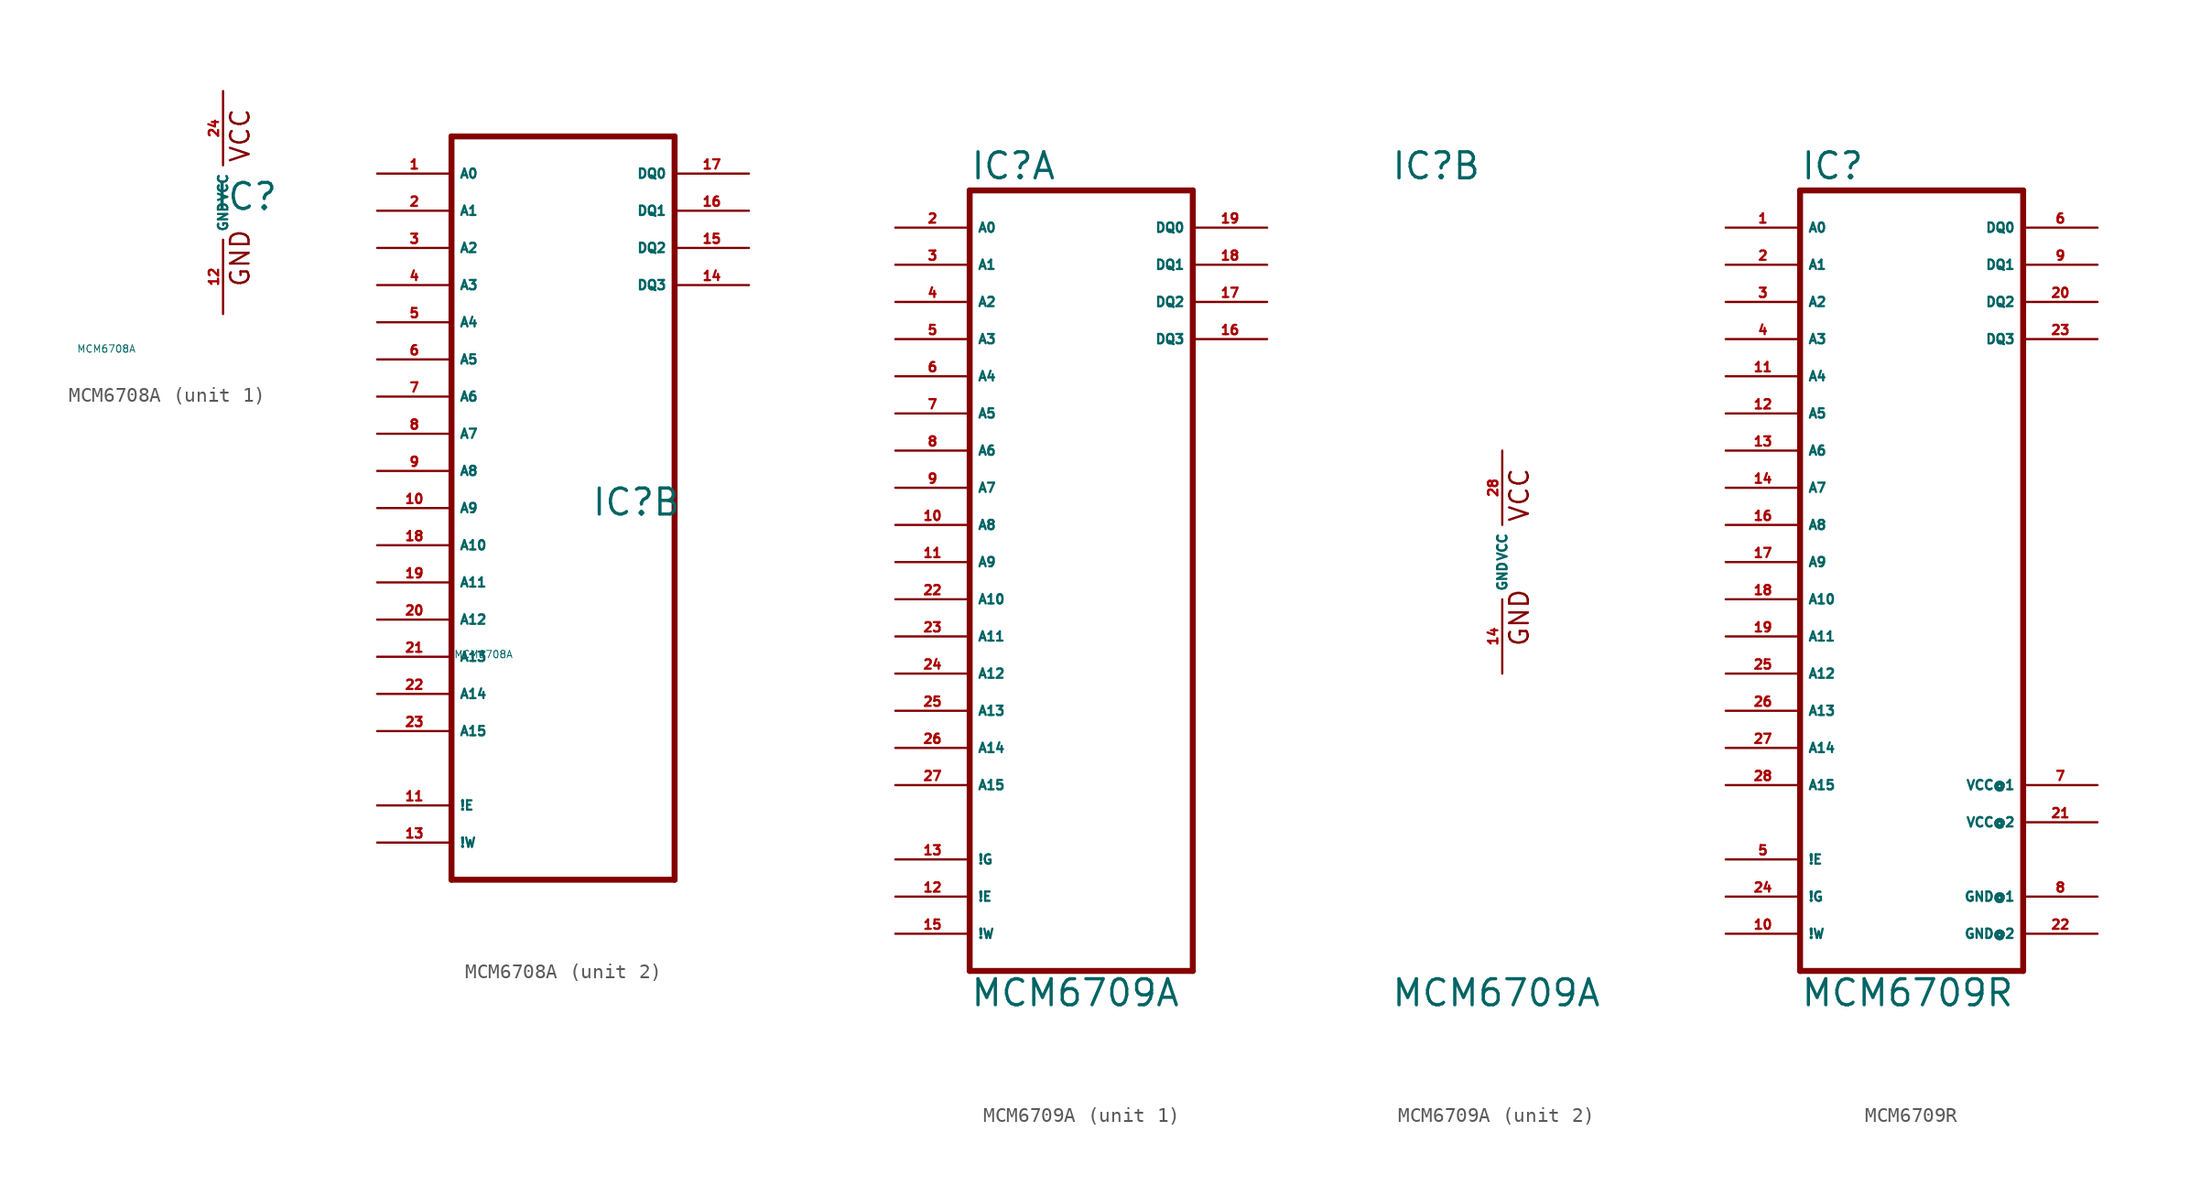
<source format=kicad_sym>
(kicad_symbol_lib
  (version 20220914)
  (generator Eagle2Kicad)
  (symbol "MCM6708A"
    (property "Reference" "IC"
      (at -0.635 -0.635 0)
      (effects (font (size 1.778 1.778) (thickness 0.22)) (justify left bottom)))
    (property "Value" "MCM6708A"
      (at -10 -10 0)
      (effects (font (size 0.5 0.5) (thickness 0.06)) (justify left)))
    (symbol "MCM6708A_1_0"
      (text "GND" (at 1.905 -5.842 900) (effects (font (size 1.27 1.27) (thickness 0.16)) (justify left bottom)))
      (text "VCC" (at 1.905 2.667 900) (effects (font (size 1.27 1.27) (thickness 0.16)) (justify left bottom)))
      (pin unspecified line (at 0 -7.62 90) (length 5.08) (name "GND" (effects (font (size 0.635 0.635) (thickness 0.08)) (justify left bottom))) (number "12" (effects (font (size 0.635 0.635) (thickness 0.08)) (justify left bottom))))
      (pin unspecified line (at 0 7.62 270) (length 5.08) (name "VCC" (effects (font (size 0.635 0.635) (thickness 0.08)) (justify left bottom))) (number "24" (effects (font (size 0.635 0.635) (thickness 0.08)) (justify left bottom)))))
    (symbol "MCM6708A_2_0"
      (polyline (pts (xy -10.16 25.4) (xy -10.16 -25.4)) (stroke (width 0.406) (type default)) (fill (type none)))
      (polyline (pts (xy 5.08 -25.4) (xy -10.16 -25.4)) (stroke (width 0.406) (type default)) (fill (type none)))
      (polyline (pts (xy 5.08 -25.4) (xy 5.08 25.4)) (stroke (width 0.406) (type default)) (fill (type none)))
      (polyline (pts (xy -10.16 25.4) (xy 5.08 25.4)) (stroke (width 0.406) (type default)) (fill (type none)))
      (pin input line (at -15.24 22.86 0) (length 5.08) (name "A0" (effects (font (size 0.635 0.635) (thickness 0.08)) (justify left bottom))) (number "1" (effects (font (size 0.635 0.635) (thickness 0.08)) (justify left bottom))))
      (pin input line (at -15.24 20.32 0) (length 5.08) (name "A1" (effects (font (size 0.635 0.635) (thickness 0.08)) (justify left bottom))) (number "2" (effects (font (size 0.635 0.635) (thickness 0.08)) (justify left bottom))))
      (pin input line (at -15.24 17.78 0) (length 5.08) (name "A2" (effects (font (size 0.635 0.635) (thickness 0.08)) (justify left bottom))) (number "3" (effects (font (size 0.635 0.635) (thickness 0.08)) (justify left bottom))))
      (pin input line (at -15.24 15.24 0) (length 5.08) (name "A3" (effects (font (size 0.635 0.635) (thickness 0.08)) (justify left bottom))) (number "4" (effects (font (size 0.635 0.635) (thickness 0.08)) (justify left bottom))))
      (pin input line (at -15.24 12.7 0) (length 5.08) (name "A4" (effects (font (size 0.635 0.635) (thickness 0.08)) (justify left bottom))) (number "5" (effects (font (size 0.635 0.635) (thickness 0.08)) (justify left bottom))))
      (pin input line (at -15.24 10.16 0) (length 5.08) (name "A5" (effects (font (size 0.635 0.635) (thickness 0.08)) (justify left bottom))) (number "6" (effects (font (size 0.635 0.635) (thickness 0.08)) (justify left bottom))))
      (pin input line (at -15.24 7.62 0) (length 5.08) (name "A6" (effects (font (size 0.635 0.635) (thickness 0.08)) (justify left bottom))) (number "7" (effects (font (size 0.635 0.635) (thickness 0.08)) (justify left bottom))))
      (pin input line (at -15.24 5.08 0) (length 5.08) (name "A7" (effects (font (size 0.635 0.635) (thickness 0.08)) (justify left bottom))) (number "8" (effects (font (size 0.635 0.635) (thickness 0.08)) (justify left bottom))))
      (pin input line (at -15.24 2.54 0) (length 5.08) (name "A8" (effects (font (size 0.635 0.635) (thickness 0.08)) (justify left bottom))) (number "9" (effects (font (size 0.635 0.635) (thickness 0.08)) (justify left bottom))))
      (pin bidirectional line (at 10.16 22.86 180) (length 5.08) (name "DQ0" (effects (font (size 0.635 0.635) (thickness 0.08)) (justify left bottom))) (number "17" (effects (font (size 0.635 0.635) (thickness 0.08)) (justify left bottom))))
      (pin bidirectional line (at 10.16 20.32 180) (length 5.08) (name "DQ1" (effects (font (size 0.635 0.635) (thickness 0.08)) (justify left bottom))) (number "16" (effects (font (size 0.635 0.635) (thickness 0.08)) (justify left bottom))))
      (pin bidirectional line (at 10.16 17.78 180) (length 5.08) (name "DQ2" (effects (font (size 0.635 0.635) (thickness 0.08)) (justify left bottom))) (number "15" (effects (font (size 0.635 0.635) (thickness 0.08)) (justify left bottom))))
      (pin bidirectional line (at 10.16 15.24 180) (length 5.08) (name "DQ3" (effects (font (size 0.635 0.635) (thickness 0.08)) (justify left bottom))) (number "14" (effects (font (size 0.635 0.635) (thickness 0.08)) (justify left bottom))))
      (pin input line (at -15.24 0 0) (length 5.08) (name "A9" (effects (font (size 0.635 0.635) (thickness 0.08)) (justify left bottom))) (number "10" (effects (font (size 0.635 0.635) (thickness 0.08)) (justify left bottom))))
      (pin input line (at -15.24 -2.54 0) (length 5.08) (name "A10" (effects (font (size 0.635 0.635) (thickness 0.08)) (justify left bottom))) (number "18" (effects (font (size 0.635 0.635) (thickness 0.08)) (justify left bottom))))
      (pin input line (at -15.24 -5.08 0) (length 5.08) (name "A11" (effects (font (size 0.635 0.635) (thickness 0.08)) (justify left bottom))) (number "19" (effects (font (size 0.635 0.635) (thickness 0.08)) (justify left bottom))))
      (pin input line (at -15.24 -7.62 0) (length 5.08) (name "A12" (effects (font (size 0.635 0.635) (thickness 0.08)) (justify left bottom))) (number "20" (effects (font (size 0.635 0.635) (thickness 0.08)) (justify left bottom))))
      (pin input line (at -15.24 -10.16 0) (length 5.08) (name "A13" (effects (font (size 0.635 0.635) (thickness 0.08)) (justify left bottom))) (number "21" (effects (font (size 0.635 0.635) (thickness 0.08)) (justify left bottom))))
      (pin input line (at -15.24 -12.7 0) (length 5.08) (name "A14" (effects (font (size 0.635 0.635) (thickness 0.08)) (justify left bottom))) (number "22" (effects (font (size 0.635 0.635) (thickness 0.08)) (justify left bottom))))
      (pin input line (at -15.24 -20.32 0) (length 5.08) (name "!E" (effects (font (size 0.635 0.635) (thickness 0.08)) (justify left bottom))) (number "11" (effects (font (size 0.635 0.635) (thickness 0.08)) (justify left bottom))))
      (pin input line (at -15.24 -22.86 0) (length 5.08) (name "!W" (effects (font (size 0.635 0.635) (thickness 0.08)) (justify left bottom))) (number "13" (effects (font (size 0.635 0.635) (thickness 0.08)) (justify left bottom))))
      (pin input line (at -15.24 -15.24 0) (length 5.08) (name "A15" (effects (font (size 0.635 0.635) (thickness 0.08)) (justify left bottom))) (number "23" (effects (font (size 0.635 0.635) (thickness 0.08)) (justify left bottom))))))
  (symbol "MCM6709A"
    (property "Reference" "IC"
      (at -7.62 26.035 0)
      (effects (font (size 1.778 1.778) (thickness 0.22)) (justify left bottom)))
    (property "Value" "MCM6709A"
      (at -7.62 -30.48 0)
      (effects (font (size 1.778 1.778) (thickness 0.22)) (justify left bottom)))
    (symbol "MCM6709A_1_0"
      (polyline (pts (xy -7.62 25.4) (xy -7.62 -27.94)) (stroke (width 0.406) (type default)) (fill (type none)))
      (polyline (pts (xy 7.62 -27.94) (xy -7.62 -27.94)) (stroke (width 0.406) (type default)) (fill (type none)))
      (polyline (pts (xy 7.62 -27.94) (xy 7.62 25.4)) (stroke (width 0.406) (type default)) (fill (type none)))
      (polyline (pts (xy -7.62 25.4) (xy 7.62 25.4)) (stroke (width 0.406) (type default)) (fill (type none)))
      (pin input line (at -12.7 22.86 0) (length 5.08) (name "A0" (effects (font (size 0.635 0.635) (thickness 0.08)) (justify left bottom))) (number "2" (effects (font (size 0.635 0.635) (thickness 0.08)) (justify left bottom))))
      (pin input line (at -12.7 20.32 0) (length 5.08) (name "A1" (effects (font (size 0.635 0.635) (thickness 0.08)) (justify left bottom))) (number "3" (effects (font (size 0.635 0.635) (thickness 0.08)) (justify left bottom))))
      (pin input line (at -12.7 17.78 0) (length 5.08) (name "A2" (effects (font (size 0.635 0.635) (thickness 0.08)) (justify left bottom))) (number "4" (effects (font (size 0.635 0.635) (thickness 0.08)) (justify left bottom))))
      (pin input line (at -12.7 15.24 0) (length 5.08) (name "A3" (effects (font (size 0.635 0.635) (thickness 0.08)) (justify left bottom))) (number "5" (effects (font (size 0.635 0.635) (thickness 0.08)) (justify left bottom))))
      (pin input line (at -12.7 12.7 0) (length 5.08) (name "A4" (effects (font (size 0.635 0.635) (thickness 0.08)) (justify left bottom))) (number "6" (effects (font (size 0.635 0.635) (thickness 0.08)) (justify left bottom))))
      (pin input line (at -12.7 10.16 0) (length 5.08) (name "A5" (effects (font (size 0.635 0.635) (thickness 0.08)) (justify left bottom))) (number "7" (effects (font (size 0.635 0.635) (thickness 0.08)) (justify left bottom))))
      (pin input line (at -12.7 7.62 0) (length 5.08) (name "A6" (effects (font (size 0.635 0.635) (thickness 0.08)) (justify left bottom))) (number "8" (effects (font (size 0.635 0.635) (thickness 0.08)) (justify left bottom))))
      (pin input line (at -12.7 5.08 0) (length 5.08) (name "A7" (effects (font (size 0.635 0.635) (thickness 0.08)) (justify left bottom))) (number "9" (effects (font (size 0.635 0.635) (thickness 0.08)) (justify left bottom))))
      (pin input line (at -12.7 2.54 0) (length 5.08) (name "A8" (effects (font (size 0.635 0.635) (thickness 0.08)) (justify left bottom))) (number "10" (effects (font (size 0.635 0.635) (thickness 0.08)) (justify left bottom))))
      (pin bidirectional line (at 12.7 22.86 180) (length 5.08) (name "DQ0" (effects (font (size 0.635 0.635) (thickness 0.08)) (justify left bottom))) (number "19" (effects (font (size 0.635 0.635) (thickness 0.08)) (justify left bottom))))
      (pin bidirectional line (at 12.7 20.32 180) (length 5.08) (name "DQ1" (effects (font (size 0.635 0.635) (thickness 0.08)) (justify left bottom))) (number "18" (effects (font (size 0.635 0.635) (thickness 0.08)) (justify left bottom))))
      (pin bidirectional line (at 12.7 17.78 180) (length 5.08) (name "DQ2" (effects (font (size 0.635 0.635) (thickness 0.08)) (justify left bottom))) (number "17" (effects (font (size 0.635 0.635) (thickness 0.08)) (justify left bottom))))
      (pin bidirectional line (at 12.7 15.24 180) (length 5.08) (name "DQ3" (effects (font (size 0.635 0.635) (thickness 0.08)) (justify left bottom))) (number "16" (effects (font (size 0.635 0.635) (thickness 0.08)) (justify left bottom))))
      (pin input line (at -12.7 0 0) (length 5.08) (name "A9" (effects (font (size 0.635 0.635) (thickness 0.08)) (justify left bottom))) (number "11" (effects (font (size 0.635 0.635) (thickness 0.08)) (justify left bottom))))
      (pin input line (at -12.7 -2.54 0) (length 5.08) (name "A10" (effects (font (size 0.635 0.635) (thickness 0.08)) (justify left bottom))) (number "22" (effects (font (size 0.635 0.635) (thickness 0.08)) (justify left bottom))))
      (pin input line (at -12.7 -5.08 0) (length 5.08) (name "A11" (effects (font (size 0.635 0.635) (thickness 0.08)) (justify left bottom))) (number "23" (effects (font (size 0.635 0.635) (thickness 0.08)) (justify left bottom))))
      (pin input line (at -12.7 -7.62 0) (length 5.08) (name "A12" (effects (font (size 0.635 0.635) (thickness 0.08)) (justify left bottom))) (number "24" (effects (font (size 0.635 0.635) (thickness 0.08)) (justify left bottom))))
      (pin input line (at -12.7 -10.16 0) (length 5.08) (name "A13" (effects (font (size 0.635 0.635) (thickness 0.08)) (justify left bottom))) (number "25" (effects (font (size 0.635 0.635) (thickness 0.08)) (justify left bottom))))
      (pin input line (at -12.7 -12.7 0) (length 5.08) (name "A14" (effects (font (size 0.635 0.635) (thickness 0.08)) (justify left bottom))) (number "26" (effects (font (size 0.635 0.635) (thickness 0.08)) (justify left bottom))))
      (pin input line (at -12.7 -22.86 0) (length 5.08) (name "!E" (effects (font (size 0.635 0.635) (thickness 0.08)) (justify left bottom))) (number "12" (effects (font (size 0.635 0.635) (thickness 0.08)) (justify left bottom))))
      (pin input line (at -12.7 -25.4 0) (length 5.08) (name "!W" (effects (font (size 0.635 0.635) (thickness 0.08)) (justify left bottom))) (number "15" (effects (font (size 0.635 0.635) (thickness 0.08)) (justify left bottom))))
      (pin input line (at -12.7 -15.24 0) (length 5.08) (name "A15" (effects (font (size 0.635 0.635) (thickness 0.08)) (justify left bottom))) (number "27" (effects (font (size 0.635 0.635) (thickness 0.08)) (justify left bottom))))
      (pin input line (at -12.7 -20.32 0) (length 5.08) (name "!G" (effects (font (size 0.635 0.635) (thickness 0.08)) (justify left bottom))) (number "13" (effects (font (size 0.635 0.635) (thickness 0.08)) (justify left bottom)))))
    (symbol "MCM6709A_2_0"
      (text "GND" (at 1.905 -5.842 900) (effects (font (size 1.27 1.27) (thickness 0.16)) (justify left bottom)))
      (text "VCC" (at 1.905 2.667 900) (effects (font (size 1.27 1.27) (thickness 0.16)) (justify left bottom)))
      (pin unspecified line (at 0 -7.62 90) (length 5.08) (name "GND" (effects (font (size 0.635 0.635) (thickness 0.08)) (justify left bottom))) (number "14" (effects (font (size 0.635 0.635) (thickness 0.08)) (justify left bottom))))
      (pin unspecified line (at 0 7.62 270) (length 5.08) (name "VCC" (effects (font (size 0.635 0.635) (thickness 0.08)) (justify left bottom))) (number "28" (effects (font (size 0.635 0.635) (thickness 0.08)) (justify left bottom))))))
  (symbol "MCM6709R"
    (property "Reference" "IC"
      (at -7.62 26.035 0)
      (effects (font (size 1.778 1.778) (thickness 0.22)) (justify left bottom)))
    (property "Value" "MCM6709R"
      (at -7.62 -30.48 0)
      (effects (font (size 1.778 1.778) (thickness 0.22)) (justify left bottom)))
    (polyline
      (pts (xy -7.62 25.4) (xy -7.62 -27.94))
      (stroke (width 0.406) (type default))
      (fill (type none)))
    (polyline
      (pts (xy 7.62 -27.94) (xy -7.62 -27.94))
      (stroke (width 0.406) (type default))
      (fill (type none)))
    (polyline
      (pts (xy 7.62 -27.94) (xy 7.62 25.4))
      (stroke (width 0.406) (type default))
      (fill (type none)))
    (polyline
      (pts (xy -7.62 25.4) (xy 7.62 25.4))
      (stroke (width 0.406) (type default))
      (fill (type none)))
    (pin input line
      (at -12.7 22.86 0)
      (length 5.08)
      (name "A0" (effects (font (size 0.635 0.635) (thickness 0.08)) (justify left bottom)))
      (number "1" (effects (font (size 0.635 0.635) (thickness 0.08)) (justify left bottom))))
    (pin input line
      (at -12.7 20.32 0)
      (length 5.08)
      (name "A1" (effects (font (size 0.635 0.635) (thickness 0.08)) (justify left bottom)))
      (number "2" (effects (font (size 0.635 0.635) (thickness 0.08)) (justify left bottom))))
    (pin input line
      (at -12.7 17.78 0)
      (length 5.08)
      (name "A2" (effects (font (size 0.635 0.635) (thickness 0.08)) (justify left bottom)))
      (number "3" (effects (font (size 0.635 0.635) (thickness 0.08)) (justify left bottom))))
    (pin input line
      (at -12.7 15.24 0)
      (length 5.08)
      (name "A3" (effects (font (size 0.635 0.635) (thickness 0.08)) (justify left bottom)))
      (number "4" (effects (font (size 0.635 0.635) (thickness 0.08)) (justify left bottom))))
    (pin input line
      (at -12.7 12.7 0)
      (length 5.08)
      (name "A4" (effects (font (size 0.635 0.635) (thickness 0.08)) (justify left bottom)))
      (number "11" (effects (font (size 0.635 0.635) (thickness 0.08)) (justify left bottom))))
    (pin input line
      (at -12.7 10.16 0)
      (length 5.08)
      (name "A5" (effects (font (size 0.635 0.635) (thickness 0.08)) (justify left bottom)))
      (number "12" (effects (font (size 0.635 0.635) (thickness 0.08)) (justify left bottom))))
    (pin input line
      (at -12.7 7.62 0)
      (length 5.08)
      (name "A6" (effects (font (size 0.635 0.635) (thickness 0.08)) (justify left bottom)))
      (number "13" (effects (font (size 0.635 0.635) (thickness 0.08)) (justify left bottom))))
    (pin input line
      (at -12.7 5.08 0)
      (length 5.08)
      (name "A7" (effects (font (size 0.635 0.635) (thickness 0.08)) (justify left bottom)))
      (number "14" (effects (font (size 0.635 0.635) (thickness 0.08)) (justify left bottom))))
    (pin input line
      (at -12.7 2.54 0)
      (length 5.08)
      (name "A8" (effects (font (size 0.635 0.635) (thickness 0.08)) (justify left bottom)))
      (number "16" (effects (font (size 0.635 0.635) (thickness 0.08)) (justify left bottom))))
    (pin bidirectional line
      (at 12.7 22.86 180)
      (length 5.08)
      (name "DQ0" (effects (font (size 0.635 0.635) (thickness 0.08)) (justify left bottom)))
      (number "6" (effects (font (size 0.635 0.635) (thickness 0.08)) (justify left bottom))))
    (pin bidirectional line
      (at 12.7 20.32 180)
      (length 5.08)
      (name "DQ1" (effects (font (size 0.635 0.635) (thickness 0.08)) (justify left bottom)))
      (number "9" (effects (font (size 0.635 0.635) (thickness 0.08)) (justify left bottom))))
    (pin bidirectional line
      (at 12.7 17.78 180)
      (length 5.08)
      (name "DQ2" (effects (font (size 0.635 0.635) (thickness 0.08)) (justify left bottom)))
      (number "20" (effects (font (size 0.635 0.635) (thickness 0.08)) (justify left bottom))))
    (pin bidirectional line
      (at 12.7 15.24 180)
      (length 5.08)
      (name "DQ3" (effects (font (size 0.635 0.635) (thickness 0.08)) (justify left bottom)))
      (number "23" (effects (font (size 0.635 0.635) (thickness 0.08)) (justify left bottom))))
    (pin input line
      (at -12.7 -15.24 0)
      (length 5.08)
      (name "A15" (effects (font (size 0.635 0.635) (thickness 0.08)) (justify left bottom)))
      (number "28" (effects (font (size 0.635 0.635) (thickness 0.08)) (justify left bottom))))
    (pin input line
      (at -12.7 0 0)
      (length 5.08)
      (name "A9" (effects (font (size 0.635 0.635) (thickness 0.08)) (justify left bottom)))
      (number "17" (effects (font (size 0.635 0.635) (thickness 0.08)) (justify left bottom))))
    (pin input line
      (at -12.7 -2.54 0)
      (length 5.08)
      (name "A10" (effects (font (size 0.635 0.635) (thickness 0.08)) (justify left bottom)))
      (number "18" (effects (font (size 0.635 0.635) (thickness 0.08)) (justify left bottom))))
    (pin input line
      (at -12.7 -5.08 0)
      (length 5.08)
      (name "A11" (effects (font (size 0.635 0.635) (thickness 0.08)) (justify left bottom)))
      (number "19" (effects (font (size 0.635 0.635) (thickness 0.08)) (justify left bottom))))
    (pin input line
      (at -12.7 -7.62 0)
      (length 5.08)
      (name "A12" (effects (font (size 0.635 0.635) (thickness 0.08)) (justify left bottom)))
      (number "25" (effects (font (size 0.635 0.635) (thickness 0.08)) (justify left bottom))))
    (pin input line
      (at -12.7 -10.16 0)
      (length 5.08)
      (name "A13" (effects (font (size 0.635 0.635) (thickness 0.08)) (justify left bottom)))
      (number "26" (effects (font (size 0.635 0.635) (thickness 0.08)) (justify left bottom))))
    (pin input line
      (at -12.7 -12.7 0)
      (length 5.08)
      (name "A14" (effects (font (size 0.635 0.635) (thickness 0.08)) (justify left bottom)))
      (number "27" (effects (font (size 0.635 0.635) (thickness 0.08)) (justify left bottom))))
    (pin input line
      (at -12.7 -20.32 0)
      (length 5.08)
      (name "!E" (effects (font (size 0.635 0.635) (thickness 0.08)) (justify left bottom)))
      (number "5" (effects (font (size 0.635 0.635) (thickness 0.08)) (justify left bottom))))
    (pin input line
      (at -12.7 -22.86 0)
      (length 5.08)
      (name "!G" (effects (font (size 0.635 0.635) (thickness 0.08)) (justify left bottom)))
      (number "24" (effects (font (size 0.635 0.635) (thickness 0.08)) (justify left bottom))))
    (pin input line
      (at -12.7 -25.4 0)
      (length 5.08)
      (name "!W" (effects (font (size 0.635 0.635) (thickness 0.08)) (justify left bottom)))
      (number "10" (effects (font (size 0.635 0.635) (thickness 0.08)) (justify left bottom))))
    (pin unspecified line
      (at 12.7 -15.24 180)
      (length 5.08)
      (name "VCC@1" (effects (font (size 0.635 0.635) (thickness 0.08)) (justify left bottom)))
      (number "7" (effects (font (size 0.635 0.635) (thickness 0.08)) (justify left bottom))))
    (pin unspecified line
      (at 12.7 -17.78 180)
      (length 5.08)
      (name "VCC@2" (effects (font (size 0.635 0.635) (thickness 0.08)) (justify left bottom)))
      (number "21" (effects (font (size 0.635 0.635) (thickness 0.08)) (justify left bottom))))
    (pin unspecified line
      (at 12.7 -22.86 180)
      (length 5.08)
      (name "GND@1" (effects (font (size 0.635 0.635) (thickness 0.08)) (justify left bottom)))
      (number "8" (effects (font (size 0.635 0.635) (thickness 0.08)) (justify left bottom))))
    (pin unspecified line
      (at 12.7 -25.4 180)
      (length 5.08)
      (name "GND@2" (effects (font (size 0.635 0.635) (thickness 0.08)) (justify left bottom)))
      (number "22" (effects (font (size 0.635 0.635) (thickness 0.08)) (justify left bottom))))))
</source>
